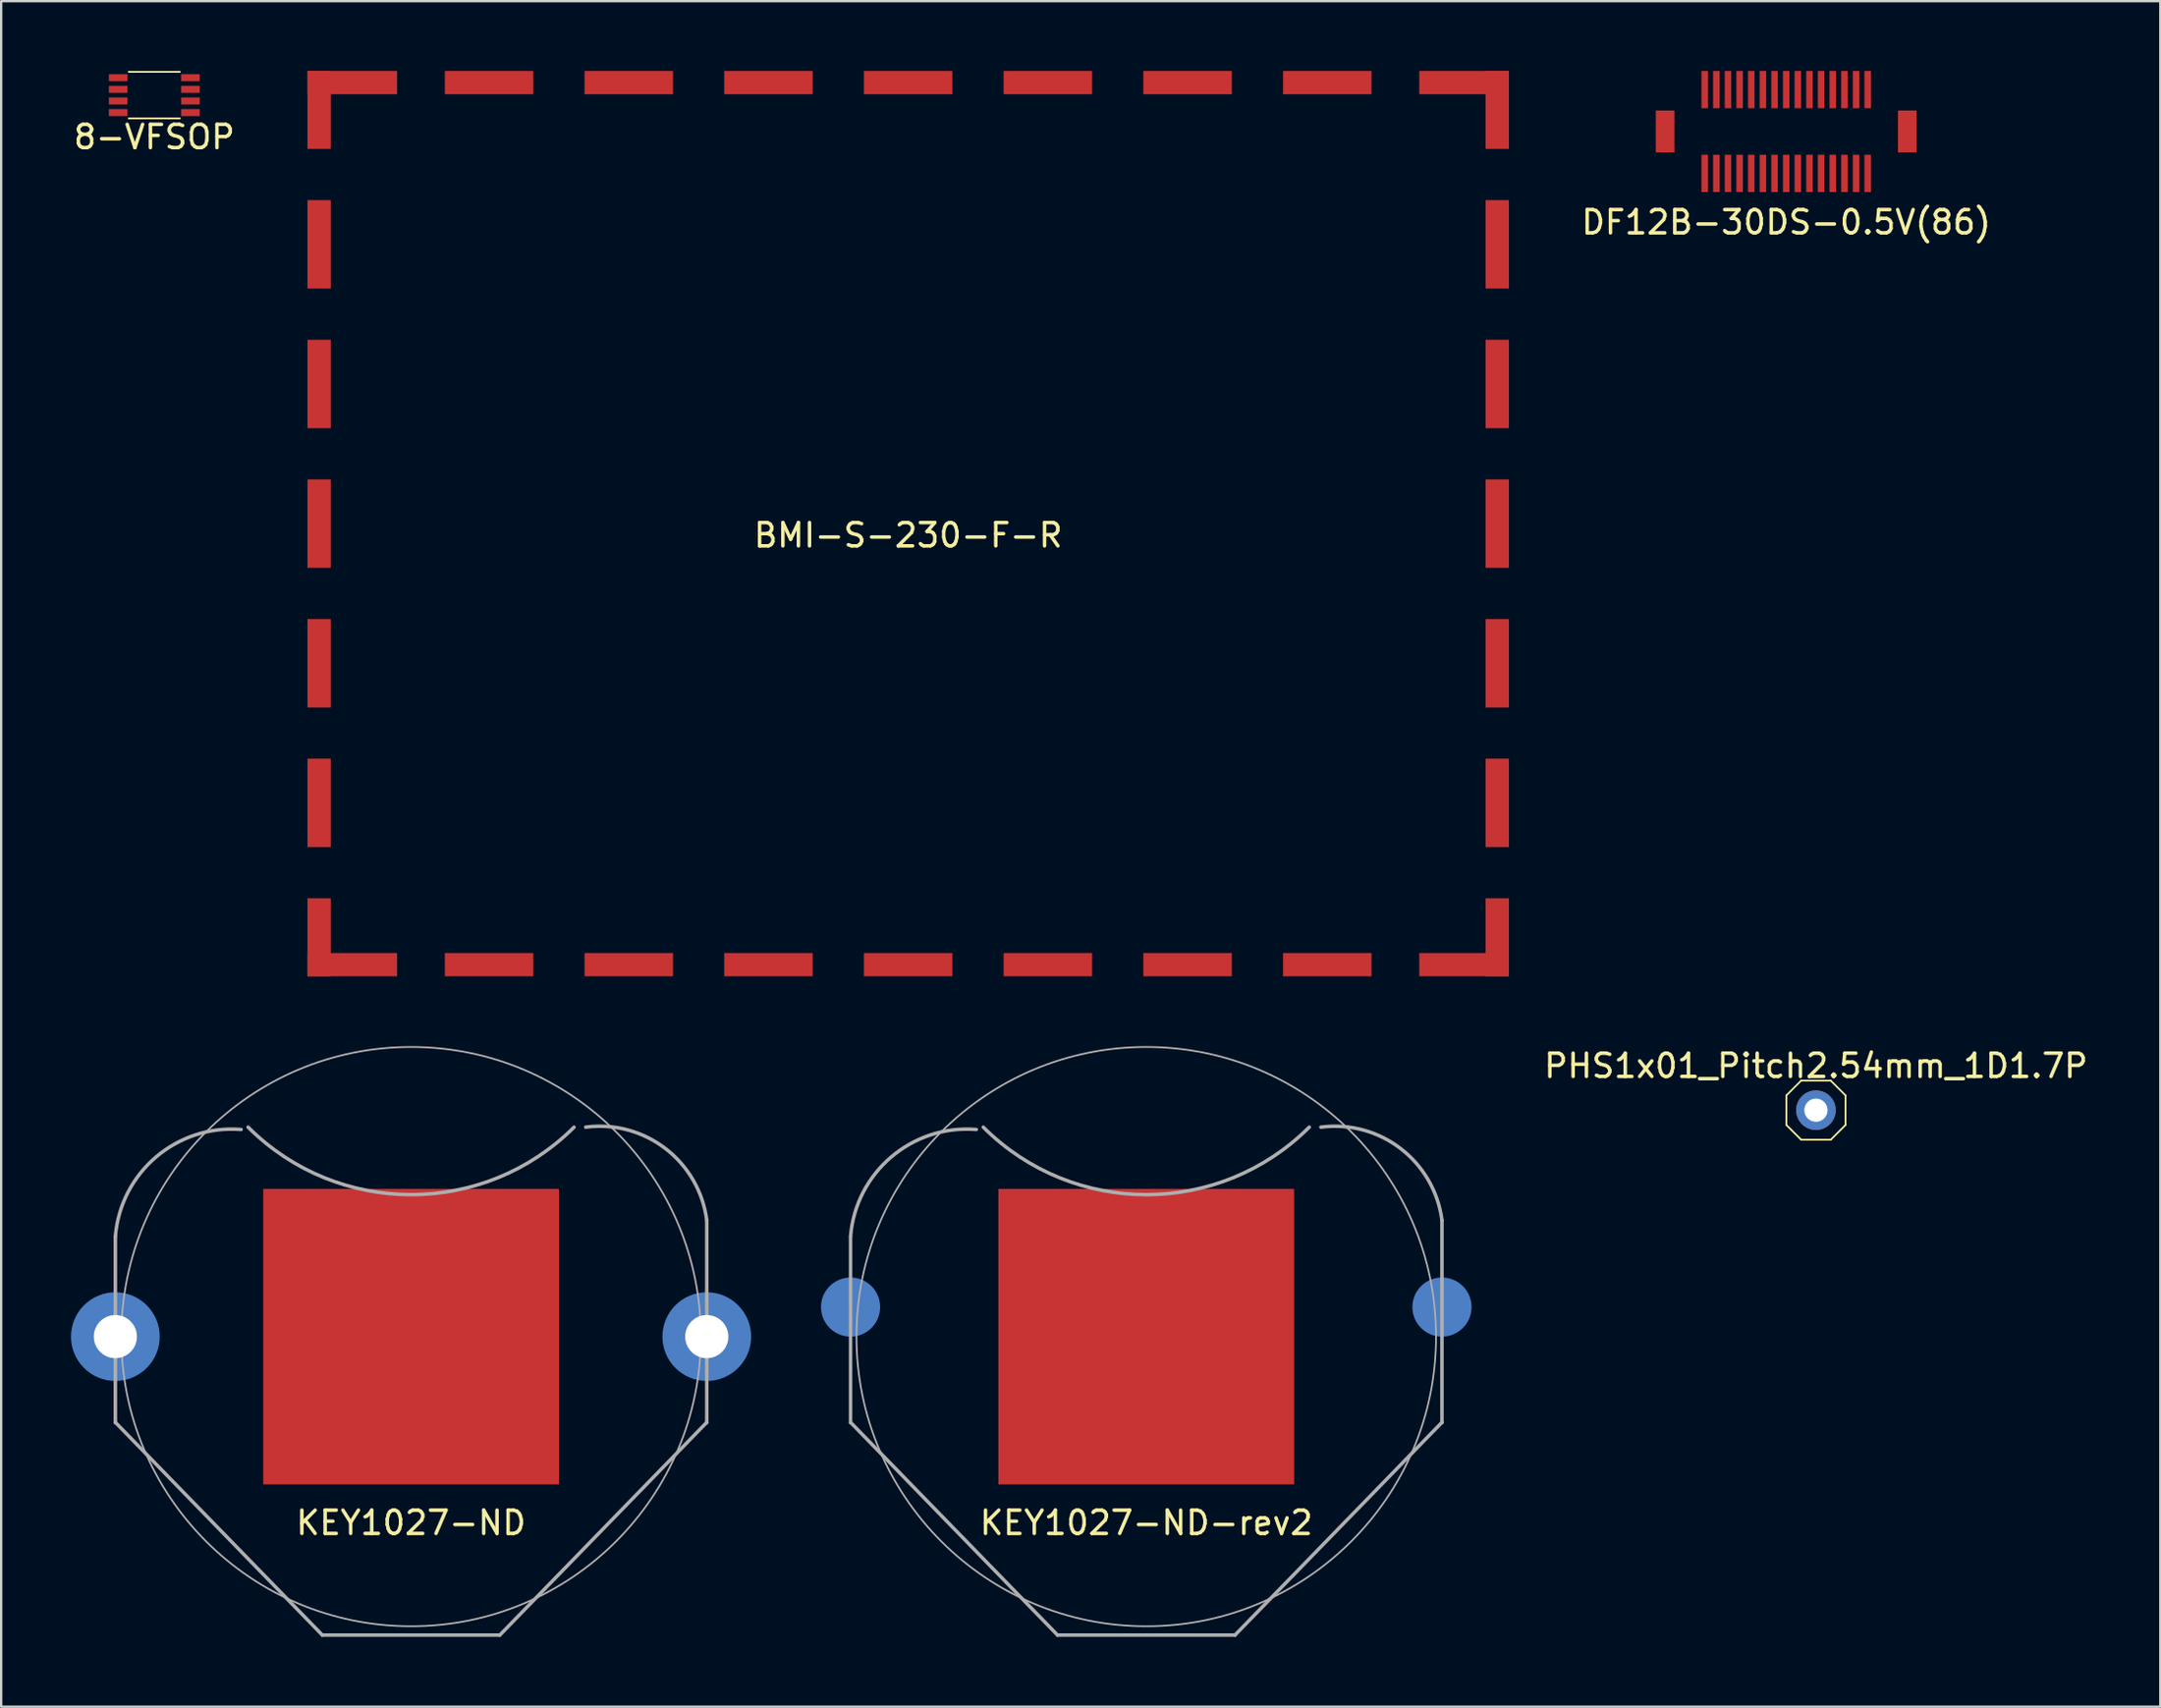
<source format=kicad_pcb>
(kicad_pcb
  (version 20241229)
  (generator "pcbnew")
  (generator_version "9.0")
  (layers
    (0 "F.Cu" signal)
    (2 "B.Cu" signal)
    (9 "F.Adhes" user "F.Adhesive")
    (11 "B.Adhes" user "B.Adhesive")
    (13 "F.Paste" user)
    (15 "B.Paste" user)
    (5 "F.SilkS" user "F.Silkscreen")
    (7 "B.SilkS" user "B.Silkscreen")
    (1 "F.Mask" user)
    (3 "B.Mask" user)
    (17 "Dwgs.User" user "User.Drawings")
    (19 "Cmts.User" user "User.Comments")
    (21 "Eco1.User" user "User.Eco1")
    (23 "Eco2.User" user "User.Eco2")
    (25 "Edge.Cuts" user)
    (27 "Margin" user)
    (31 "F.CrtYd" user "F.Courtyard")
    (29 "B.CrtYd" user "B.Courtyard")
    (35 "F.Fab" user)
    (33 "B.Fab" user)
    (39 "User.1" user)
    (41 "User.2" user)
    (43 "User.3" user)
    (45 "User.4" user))
  (footprint "KEY1027-ND-rev2"
    (placed yes)
    (layer "F.Cu")
    (at 46.18 54.383)
    (property "Reference" "KEY1027-ND-rev2" (at 0 8 0) (layer "F.SilkS") (effects (font (size 1 1) (thickness 0.15))))
    (attr through_hole)
    (fp_line (start -12.7 -4.3) (end -12.7 3.7) (stroke (width 0.15) (type solid)) (layer "F.Fab"))
    (fp_line (start -12.7 3.683) (end -3.81 12.825) (stroke (width 0.15) (type solid)) (layer "F.Fab"))
    (fp_line (start -3.81 12.825) (end 3.81 12.825) (stroke (width 0.15) (type solid)) (layer "F.Fab"))
    (fp_line (start 3.81 12.825) (end 12.7 3.683) (stroke (width 0.15) (type solid)) (layer "F.Fab"))
    (fp_line (start 12.7 3.7) (end 12.7 -5) (stroke (width 0.15) (type solid)) (layer "F.Fab"))
    (fp_arc (start -12.7 -4.3) (mid -10.952691 -7.718377) (end -7.3 -8.9) (stroke (width 0.15) (type solid)) (layer "F.Fab"))
    (fp_arc (start 7 -9) (mid 0 -6.100505) (end -7 -9) (stroke (width 0.15) (type solid)) (layer "F.Fab"))
    (fp_arc (start 7.5 -9) (mid 10.928427 -8.076955) (end 12.7 -5) (stroke (width 0.15) (type solid)) (layer "F.Fab"))
    (fp_circle (center 0 0) (end 0 -12.446) (stroke (width 0.075) (type solid)) (fill no) (layer "F.Fab"))
    (pad "1" smd circle (at -12.7 -1.27) (size 2.54 2.54) (layers "B.Cu" "B.Mask"))
    (pad "1" smd circle (at 12.7 -1.27) (size 2.54 2.54) (layers "B.Cu" "B.Mask"))
    (pad "2" smd rect (at 0 0) (size 12.7 12.7) (layers "F.Cu" "F.Mask")))
  (footprint "PHS1x01_Pitch2.54mm_1D1.7P"
    (layer "F.Cu")
    (at 74.942 44.653)
    (property "Reference" "PHS1x01_Pitch2.54mm_1D1.7P" (at 0 -1.905 0) (layer "F.SilkS") (effects (font (size 1 1) (thickness 0.15))))
    (attr through_hole)
    (fp_line (start -1.27 -0.635) (end -0.635 -1.27) (stroke (width 0.075) (type solid)) (layer "F.SilkS"))
    (fp_line (start -1.27 0.635) (end -1.27 -0.635) (stroke (width 0.075) (type solid)) (layer "F.SilkS"))
    (fp_line (start -0.635 -1.27) (end 0.635 -1.27) (stroke (width 0.075) (type solid)) (layer "F.SilkS"))
    (fp_line (start -0.635 1.27) (end -1.27 0.635) (stroke (width 0.075) (type solid)) (layer "F.SilkS"))
    (fp_line (start 0.635 -1.27) (end 1.27 -0.635) (stroke (width 0.075) (type solid)) (layer "F.SilkS"))
    (fp_line (start 0.635 1.27) (end -0.635 1.27) (stroke (width 0.075) (type solid)) (layer "F.SilkS"))
    (fp_line (start 1.27 -0.635) (end 1.27 0.635) (stroke (width 0.075) (type solid)) (layer "F.SilkS"))
    (fp_line (start 1.27 0.635) (end 0.635 1.27) (stroke (width 0.075) (type solid)) (layer "F.SilkS"))
    (pad "1" thru_hole circle (at 0 0) (size 1.7 1.7) (drill 1) (layers "*.Cu" "*.Mask")))
  (footprint "8-VFSOP"
    (layer "F.Cu")
    (at 3.577 1.038)
    (property "Reference" "8-VFSOP" (at 0 1.8 0) (layer "F.SilkS") (effects (font (size 1 1) (thickness 0.15))))
    (attr through_hole)
    (fp_line (start -1.1 1) (end 1.1 1) (stroke (width 0.075) (type solid)) (layer "F.SilkS"))
    (fp_line (start 1.1 -1) (end -1.1 -1) (stroke (width 0.075) (type solid)) (layer "F.SilkS"))
    (pad "1" smd rect (at -1.55 -0.75) (size 0.8 0.3) (layers "F.Cu" "F.Mask" "F.Paste"))
    (pad "2" smd rect (at -1.55 -0.25) (size 0.8 0.3) (layers "F.Cu" "F.Mask" "F.Paste"))
    (pad "3" smd rect (at -1.55 0.25) (size 0.8 0.3) (layers "F.Cu" "F.Mask" "F.Paste"))
    (pad "4" smd rect (at -1.55 0.75) (size 0.8 0.3) (layers "F.Cu" "F.Mask" "F.Paste"))
    (pad "5" smd rect (at 1.55 0.75) (size 0.8 0.3) (layers "F.Cu" "F.Mask" "F.Paste"))
    (pad "6" smd rect (at 1.55 0.25) (size 0.8 0.3) (layers "F.Cu" "F.Mask" "F.Paste"))
    (pad "7" smd rect (at 1.55 -0.25) (size 0.8 0.3) (layers "F.Cu" "F.Mask" "F.Paste"))
    (pad "8" smd rect (at 1.55 -0.75) (size 0.8 0.3) (layers "F.Cu" "F.Mask" "F.Paste")))
  (footprint "BMI-S-230-F-R"
    (layer "F.Cu")
    (at 35.955 19.45)
    (property "Reference" "BMI-S-230-F-R" (at 0 0.5 0) (layer "F.SilkS") (effects (font (size 1 1) (thickness 0.15))))
    (attr through_hole)
    (pad "1" smd rect (at -25.3 -17.775) (size 1 3.35) (layers "F.Cu" "F.Mask" "F.Paste"))
    (pad "1" smd rect (at -25.3 -12) (size 1 3.8) (layers "F.Cu" "F.Mask" "F.Paste"))
    (pad "1" smd rect (at -25.3 -6) (size 1 3.8) (layers "F.Cu" "F.Mask" "F.Paste"))
    (pad "1" smd rect (at -25.3 0) (size 1 3.8) (layers "F.Cu" "F.Mask" "F.Paste"))
    (pad "1" smd rect (at -25.3 6) (size 1 3.8) (layers "F.Cu" "F.Mask" "F.Paste"))
    (pad "1" smd rect (at -25.3 12) (size 1 3.8) (layers "F.Cu" "F.Mask" "F.Paste"))
    (pad "1" smd rect (at -25.3 17.775) (size 1 3.35) (layers "F.Cu" "F.Mask" "F.Paste"))
    (pad "1" smd rect (at -23.875 -18.95) (size 3.85 1) (layers "F.Cu" "F.Mask" "F.Paste"))
    (pad "1" smd rect (at -23.875 18.95) (size 3.85 1) (layers "F.Cu" "F.Mask" "F.Paste"))
    (pad "1" smd rect (at -18 -18.95) (size 3.8 1) (layers "F.Cu" "F.Mask" "F.Paste"))
    (pad "1" smd rect (at -18 18.95) (size 3.8 1) (layers "F.Cu" "F.Mask" "F.Paste"))
    (pad "1" smd rect (at -12 -18.95) (size 3.8 1) (layers "F.Cu" "F.Mask" "F.Paste"))
    (pad "1" smd rect (at -12 18.95) (size 3.8 1) (layers "F.Cu" "F.Mask" "F.Paste"))
    (pad "1" smd rect (at -6 -18.95) (size 3.8 1) (layers "F.Cu" "F.Mask" "F.Paste"))
    (pad "1" smd rect (at -6 18.95) (size 3.8 1) (layers "F.Cu" "F.Mask" "F.Paste"))
    (pad "1" smd rect (at 0 -18.95) (size 3.8 1) (layers "F.Cu" "F.Mask" "F.Paste"))
    (pad "1" smd rect (at 0 18.95) (size 3.8 1) (layers "F.Cu" "F.Mask" "F.Paste"))
    (pad "1" smd rect (at 6 -18.95) (size 3.8 1) (layers "F.Cu" "F.Mask" "F.Paste"))
    (pad "1" smd rect (at 6 18.95) (size 3.8 1) (layers "F.Cu" "F.Mask" "F.Paste"))
    (pad "1" smd rect (at 12 -18.95) (size 3.8 1) (layers "F.Cu" "F.Mask" "F.Paste"))
    (pad "1" smd rect (at 12 18.95) (size 3.8 1) (layers "F.Cu" "F.Mask" "F.Paste"))
    (pad "1" smd rect (at 18 -18.95) (size 3.8 1) (layers "F.Cu" "F.Mask" "F.Paste"))
    (pad "1" smd rect (at 18 18.95) (size 3.8 1) (layers "F.Cu" "F.Mask" "F.Paste"))
    (pad "1" smd rect (at 23.875 -18.95) (size 3.85 1) (layers "F.Cu" "F.Mask" "F.Paste"))
    (pad "1" smd rect (at 23.875 18.95) (size 3.85 1) (layers "F.Cu" "F.Mask" "F.Paste"))
    (pad "1" smd rect (at 25.3 -17.775) (size 1 3.35) (layers "F.Cu" "F.Mask" "F.Paste"))
    (pad "1" smd rect (at 25.3 -12) (size 1 3.8) (layers "F.Cu" "F.Mask" "F.Paste"))
    (pad "1" smd rect (at 25.3 -6) (size 1 3.8) (layers "F.Cu" "F.Mask" "F.Paste"))
    (pad "1" smd rect (at 25.3 0) (size 1 3.8) (layers "F.Cu" "F.Mask" "F.Paste"))
    (pad "1" smd rect (at 25.3 6) (size 1 3.8) (layers "F.Cu" "F.Mask" "F.Paste"))
    (pad "1" smd rect (at 25.3 12) (size 1 3.8) (layers "F.Cu" "F.Mask" "F.Paste"))
    (pad "1" smd rect (at 25.3 17.775) (size 1 3.35) (layers "F.Cu" "F.Mask" "F.Paste")))
  (footprint "KEY1027-ND"
    (placed yes)
    (layer "F.Cu")
    (at 14.605 54.383)
    (property "Reference" "KEY1027-ND" (at 0 8 0) (layer "F.SilkS") (effects (font (size 1 1) (thickness 0.15))))
    (attr through_hole)
    (fp_line (start -12.7 -4.3) (end -12.7 3.7) (stroke (width 0.15) (type solid)) (layer "F.Fab"))
    (fp_line (start -12.7 3.683) (end -3.81 12.825) (stroke (width 0.15) (type solid)) (layer "F.Fab"))
    (fp_line (start -3.81 12.825) (end 3.81 12.825) (stroke (width 0.15) (type solid)) (layer "F.Fab"))
    (fp_line (start 3.81 12.825) (end 12.7 3.683) (stroke (width 0.15) (type solid)) (layer "F.Fab"))
    (fp_line (start 12.7 3.7) (end 12.7 -5) (stroke (width 0.15) (type solid)) (layer "F.Fab"))
    (fp_arc (start -12.7 -4.3) (mid -10.952691 -7.718377) (end -7.3 -8.9) (stroke (width 0.15) (type solid)) (layer "F.Fab"))
    (fp_arc (start 7 -9) (mid 0 -6.100505) (end -7 -9) (stroke (width 0.15) (type solid)) (layer "F.Fab"))
    (fp_arc (start 7.5 -9) (mid 10.928427 -8.076955) (end 12.7 -5) (stroke (width 0.15) (type solid)) (layer "F.Fab"))
    (fp_circle (center 0 0) (end 0 -12.446) (stroke (width 0.075) (type solid)) (fill no) (layer "F.Fab"))
    (pad "" np_thru_hole circle (at -12.7 0) (size 1.854 1.854) (drill 1.854) (layers "*.Cu" "*.Mask"))
    (pad "" smd circle (at -12.7 0) (size 3.81 3.81) (layers "B.Cu" "B.Mask"))
    (pad "" np_thru_hole circle (at 12.7 0) (size 1.854 1.854) (drill 1.854) (layers "*.Cu" "*.Mask"))
    (pad "" smd circle (at 12.7 0) (size 3.81 3.81) (layers "B.Cu" "B.Mask"))
    (pad "1" smd circle (at -12.192 -1.27) (size 1.016 1.016) (layers "B.Cu" "B.Mask"))
    (pad "1" smd circle (at 12.192 -1.27) (size 1.016 1.016) (layers "B.Cu" "B.Mask"))
    (pad "2" smd rect (at 0 0) (size 12.7 12.7) (layers "F.Cu" "F.Mask")))
  (footprint "DF12B-30DS-0.5V(86)"
    (layer "F.Cu")
    (at 73.665 2.6)
    (property "Reference" "DF12B-30DS-0.5V(86)" (at 0 3.9 0) (layer "F.SilkS") (effects (font (size 1 1) (thickness 0.15))))
    (attr through_hole)
    (pad "" smd rect (at -5.2 0) (size 0.8 1.8) (layers "F.Cu" "F.Mask" "F.Paste"))
    (pad "" smd rect (at 5.2 0) (size 0.8 1.8) (layers "F.Cu" "F.Mask" "F.Paste"))
    (pad "1" smd rect (at -3.5 1.8) (size 0.28 1.6) (layers "F.Cu" "F.Mask" "F.Paste"))
    (pad "2" smd rect (at -3.5 -1.8) (size 0.28 1.6) (layers "F.Cu" "F.Mask" "F.Paste"))
    (pad "3" smd rect (at -3 1.8) (size 0.28 1.6) (layers "F.Cu" "F.Mask" "F.Paste"))
    (pad "4" smd rect (at -3 -1.8) (size 0.28 1.6) (layers "F.Cu" "F.Mask" "F.Paste"))
    (pad "5" smd rect (at -2.5 1.8) (size 0.28 1.6) (layers "F.Cu" "F.Mask" "F.Paste"))
    (pad "6" smd rect (at -2.5 -1.8) (size 0.28 1.6) (layers "F.Cu" "F.Mask" "F.Paste"))
    (pad "7" smd rect (at -2 1.8) (size 0.28 1.6) (layers "F.Cu" "F.Mask" "F.Paste"))
    (pad "8" smd rect (at -2 -1.8) (size 0.28 1.6) (layers "F.Cu" "F.Mask" "F.Paste"))
    (pad "9" smd rect (at -1.5 1.8) (size 0.28 1.6) (layers "F.Cu" "F.Mask" "F.Paste"))
    (pad "10" smd rect (at -1.5 -1.8) (size 0.28 1.6) (layers "F.Cu" "F.Mask" "F.Paste"))
    (pad "11" smd rect (at -1 1.8) (size 0.28 1.6) (layers "F.Cu" "F.Mask" "F.Paste"))
    (pad "12" smd rect (at -1 -1.8) (size 0.28 1.6) (layers "F.Cu" "F.Mask" "F.Paste"))
    (pad "13" smd rect (at -0.5 1.8) (size 0.28 1.6) (layers "F.Cu" "F.Mask" "F.Paste"))
    (pad "14" smd rect (at -0.5 -1.8) (size 0.28 1.6) (layers "F.Cu" "F.Mask" "F.Paste"))
    (pad "15" smd rect (at 0 1.8) (size 0.28 1.6) (layers "F.Cu" "F.Mask" "F.Paste"))
    (pad "16" smd rect (at 0 -1.8) (size 0.28 1.6) (layers "F.Cu" "F.Mask" "F.Paste"))
    (pad "17" smd rect (at 0.5 1.8) (size 0.28 1.6) (layers "F.Cu" "F.Mask" "F.Paste"))
    (pad "18" smd rect (at 0.5 -1.8) (size 0.28 1.6) (layers "F.Cu" "F.Mask" "F.Paste"))
    (pad "19" smd rect (at 1 1.8) (size 0.28 1.6) (layers "F.Cu" "F.Mask" "F.Paste"))
    (pad "20" smd rect (at 1 -1.8) (size 0.28 1.6) (layers "F.Cu" "F.Mask" "F.Paste"))
    (pad "21" smd rect (at 1.5 1.8) (size 0.28 1.6) (layers "F.Cu" "F.Mask" "F.Paste"))
    (pad "22" smd rect (at 1.5 -1.8) (size 0.28 1.6) (layers "F.Cu" "F.Mask" "F.Paste"))
    (pad "23" smd rect (at 2 1.8) (size 0.28 1.6) (layers "F.Cu" "F.Mask" "F.Paste"))
    (pad "24" smd rect (at 2 -1.8) (size 0.28 1.6) (layers "F.Cu" "F.Mask" "F.Paste"))
    (pad "25" smd rect (at 2.5 1.8) (size 0.28 1.6) (layers "F.Cu" "F.Mask" "F.Paste"))
    (pad "26" smd rect (at 2.5 -1.8) (size 0.28 1.6) (layers "F.Cu" "F.Mask" "F.Paste"))
    (pad "27" smd rect (at 3 1.8) (size 0.28 1.6) (layers "F.Cu" "F.Mask" "F.Paste"))
    (pad "28" smd rect (at 3 -1.8) (size 0.28 1.6) (layers "F.Cu" "F.Mask" "F.Paste"))
    (pad "29" smd rect (at 3.5 1.8) (size 0.28 1.6) (layers "F.Cu" "F.Mask" "F.Paste"))
    (pad "30" smd rect (at 3.5 -1.8) (size 0.28 1.6) (layers "F.Cu" "F.Mask" "F.Paste")))
  (gr_rect
    (start -3 -3)
    (end 89.733 70.284)
    (stroke (width 0.1) (type default))
    (fill no)
    (layer "Edge.Cuts")))
</source>
